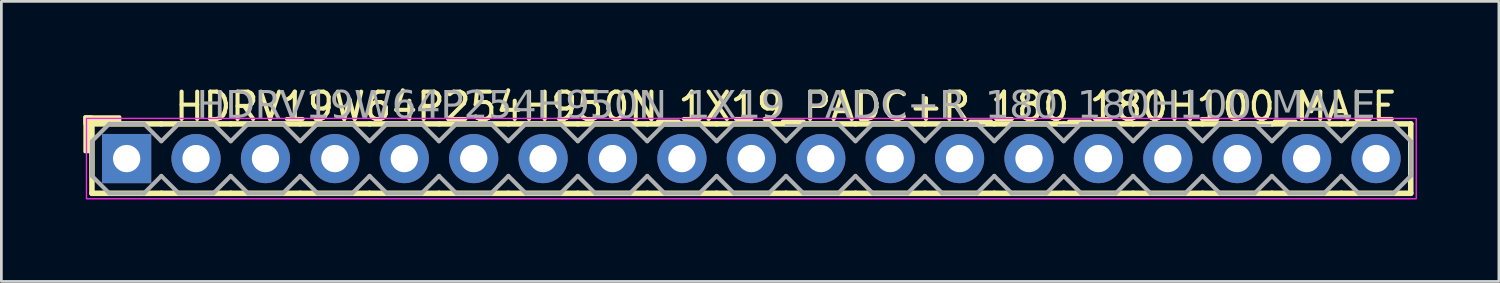
<source format=kicad_pcb>
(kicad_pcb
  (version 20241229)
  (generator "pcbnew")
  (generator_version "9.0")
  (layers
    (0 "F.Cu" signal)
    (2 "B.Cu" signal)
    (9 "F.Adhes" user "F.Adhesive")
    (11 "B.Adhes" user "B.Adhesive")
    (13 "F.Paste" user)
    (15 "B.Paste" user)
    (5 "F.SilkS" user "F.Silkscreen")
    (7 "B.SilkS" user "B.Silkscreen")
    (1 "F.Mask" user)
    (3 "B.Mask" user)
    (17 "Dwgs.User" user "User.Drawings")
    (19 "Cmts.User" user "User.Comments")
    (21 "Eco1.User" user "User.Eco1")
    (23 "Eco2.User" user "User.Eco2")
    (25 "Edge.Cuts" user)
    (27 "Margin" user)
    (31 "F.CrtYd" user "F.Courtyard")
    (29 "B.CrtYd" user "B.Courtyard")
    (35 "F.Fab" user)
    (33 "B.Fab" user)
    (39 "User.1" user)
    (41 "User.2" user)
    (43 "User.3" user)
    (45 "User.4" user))
  (footprint "HDRV19W64P254H950N_1X19_PADC+R_180_180H100_MALE"
    (layer "F.Cu")
    (at 24.444 2.753)
    (property "Reference" "HDRV19W64P254H950N_1X19_PADC+R_180_180H100_MALE" (at 1.27 -1.905 0) (layer "F.SilkS") (effects (font (size 1 1) (thickness 0.15))))
    (attr through_hole)
    (fp_line (start -24.13 1.27) (end -24.13 -1.27) (stroke (width 0.203) (type solid)) (layer "F.SilkS"))
    (fp_line (start -21.59 -1.27) (end -24.13 -1.27) (stroke (width 0.203) (type solid)) (layer "F.SilkS"))
    (fp_line (start -21.59 1.27) (end -24.13 1.27) (stroke (width 0.203) (type solid)) (layer "F.SilkS"))
    (fp_line (start -19.05 -1.27) (end -21.59 -1.27) (stroke (width 0.203) (type solid)) (layer "F.SilkS"))
    (fp_line (start -19.05 1.27) (end -21.59 1.27) (stroke (width 0.203) (type solid)) (layer "F.SilkS"))
    (fp_line (start -16.51 -1.27) (end -19.05 -1.27) (stroke (width 0.203) (type solid)) (layer "F.SilkS"))
    (fp_line (start -16.51 1.27) (end -19.05 1.27) (stroke (width 0.203) (type solid)) (layer "F.SilkS"))
    (fp_line (start -13.97 -1.27) (end -16.51 -1.27) (stroke (width 0.203) (type solid)) (layer "F.SilkS"))
    (fp_line (start -13.97 1.27) (end -16.51 1.27) (stroke (width 0.203) (type solid)) (layer "F.SilkS"))
    (fp_line (start -11.43 -1.27) (end -13.97 -1.27) (stroke (width 0.203) (type solid)) (layer "F.SilkS"))
    (fp_line (start -11.43 1.27) (end -13.97 1.27) (stroke (width 0.203) (type solid)) (layer "F.SilkS"))
    (fp_line (start -8.89 -1.27) (end -11.43 -1.27) (stroke (width 0.203) (type solid)) (layer "F.SilkS"))
    (fp_line (start -8.89 1.27) (end -11.43 1.27) (stroke (width 0.203) (type solid)) (layer "F.SilkS"))
    (fp_line (start -6.35 -1.27) (end -8.89 -1.27) (stroke (width 0.203) (type solid)) (layer "F.SilkS"))
    (fp_line (start -6.35 1.27) (end -8.89 1.27) (stroke (width 0.203) (type solid)) (layer "F.SilkS"))
    (fp_line (start -3.81 -1.27) (end -6.35 -1.27) (stroke (width 0.203) (type solid)) (layer "F.SilkS"))
    (fp_line (start -3.81 1.27) (end -6.35 1.27) (stroke (width 0.203) (type solid)) (layer "F.SilkS"))
    (fp_line (start -1.27 -1.27) (end -3.81 -1.27) (stroke (width 0.203) (type solid)) (layer "F.SilkS"))
    (fp_line (start -1.27 1.27) (end -3.81 1.27) (stroke (width 0.203) (type solid)) (layer "F.SilkS"))
    (fp_line (start 1.27 -1.27) (end -1.27 -1.27) (stroke (width 0.203) (type solid)) (layer "F.SilkS"))
    (fp_line (start 1.27 1.27) (end -1.27 1.27) (stroke (width 0.203) (type solid)) (layer "F.SilkS"))
    (fp_line (start 3.81 -1.27) (end 1.27 -1.27) (stroke (width 0.203) (type solid)) (layer "F.SilkS"))
    (fp_line (start 3.81 1.27) (end 1.27 1.27) (stroke (width 0.203) (type solid)) (layer "F.SilkS"))
    (fp_line (start 6.35 -1.27) (end 3.81 -1.27) (stroke (width 0.203) (type solid)) (layer "F.SilkS"))
    (fp_line (start 6.35 1.27) (end 3.81 1.27) (stroke (width 0.203) (type solid)) (layer "F.SilkS"))
    (fp_line (start 8.89 -1.27) (end 6.35 -1.27) (stroke (width 0.203) (type solid)) (layer "F.SilkS"))
    (fp_line (start 8.89 1.27) (end 6.35 1.27) (stroke (width 0.203) (type solid)) (layer "F.SilkS"))
    (fp_line (start 11.43 -1.27) (end 8.89 -1.27) (stroke (width 0.203) (type solid)) (layer "F.SilkS"))
    (fp_line (start 11.43 1.27) (end 8.89 1.27) (stroke (width 0.203) (type solid)) (layer "F.SilkS"))
    (fp_line (start 13.97 -1.27) (end 11.43 -1.27) (stroke (width 0.203) (type solid)) (layer "F.SilkS"))
    (fp_line (start 13.97 1.27) (end 11.43 1.27) (stroke (width 0.203) (type solid)) (layer "F.SilkS"))
    (fp_line (start 16.51 -1.27) (end 13.97 -1.27) (stroke (width 0.203) (type solid)) (layer "F.SilkS"))
    (fp_line (start 16.51 1.27) (end 13.97 1.27) (stroke (width 0.203) (type solid)) (layer "F.SilkS"))
    (fp_line (start 19.05 -1.27) (end 16.51 -1.27) (stroke (width 0.203) (type solid)) (layer "F.SilkS"))
    (fp_line (start 19.05 1.27) (end 16.51 1.27) (stroke (width 0.203) (type solid)) (layer "F.SilkS"))
    (fp_line (start 21.59 -1.27) (end 19.05 -1.27) (stroke (width 0.203) (type solid)) (layer "F.SilkS"))
    (fp_line (start 21.59 1.27) (end 19.05 1.27) (stroke (width 0.203) (type solid)) (layer "F.SilkS"))
    (fp_line (start 24.13 -1.27) (end 21.59 -1.27) (stroke (width 0.203) (type solid)) (layer "F.SilkS"))
    (fp_line (start 24.13 1.27) (end 21.59 1.27) (stroke (width 0.203) (type solid)) (layer "F.SilkS"))
    (fp_line (start 24.13 1.27) (end 24.13 -1.27) (stroke (width 0.203) (type solid)) (layer "F.SilkS"))
    (fp_rect (start -24.384 -0.254) (end -24.13 -1.524) (stroke (width 0.12) (type solid)) (fill yes) (layer "F.SilkS"))
    (fp_rect (start -23.114 -1.27) (end -24.384 -1.524) (stroke (width 0.12) (type solid)) (fill yes) (layer "F.SilkS"))
    (fp_rect (start -24.33 -1.47) (end 24.33 1.47) (stroke (width 0.05) (type default)) (fill no) (layer "F.CrtYd"))
    (fp_line (start -24.13 -0.635) (end -24.13 0.635) (stroke (width 0.152) (type solid)) (layer "F.Fab"))
    (fp_line (start -24.13 -0.635) (end -23.495 -1.27) (stroke (width 0.152) (type solid)) (layer "F.Fab"))
    (fp_line (start -23.495 -1.27) (end -22.225 -1.27) (stroke (width 0.152) (type solid)) (layer "F.Fab"))
    (fp_line (start -23.495 1.27) (end -24.13 0.635) (stroke (width 0.152) (type solid)) (layer "F.Fab"))
    (fp_line (start -22.225 -1.27) (end -21.59 -0.635) (stroke (width 0.152) (type solid)) (layer "F.Fab"))
    (fp_line (start -22.225 1.27) (end -23.495 1.27) (stroke (width 0.152) (type solid)) (layer "F.Fab"))
    (fp_line (start -21.59 -0.635) (end -20.955 -1.27) (stroke (width 0.152) (type solid)) (layer "F.Fab"))
    (fp_line (start -21.59 0.635) (end -22.225 1.27) (stroke (width 0.152) (type solid)) (layer "F.Fab"))
    (fp_line (start -20.955 -1.27) (end -19.685 -1.27) (stroke (width 0.152) (type solid)) (layer "F.Fab"))
    (fp_line (start -20.955 1.27) (end -21.59 0.635) (stroke (width 0.152) (type solid)) (layer "F.Fab"))
    (fp_line (start -19.685 -1.27) (end -19.05 -0.635) (stroke (width 0.152) (type solid)) (layer "F.Fab"))
    (fp_line (start -19.685 1.27) (end -20.955 1.27) (stroke (width 0.152) (type solid)) (layer "F.Fab"))
    (fp_line (start -19.05 -0.635) (end -18.415 -1.27) (stroke (width 0.152) (type solid)) (layer "F.Fab"))
    (fp_line (start -19.05 0.635) (end -19.685 1.27) (stroke (width 0.152) (type solid)) (layer "F.Fab"))
    (fp_line (start -18.415 -1.27) (end -17.145 -1.27) (stroke (width 0.152) (type solid)) (layer "F.Fab"))
    (fp_line (start -18.415 1.27) (end -19.05 0.635) (stroke (width 0.152) (type solid)) (layer "F.Fab"))
    (fp_line (start -17.145 -1.27) (end -16.51 -0.635) (stroke (width 0.152) (type solid)) (layer "F.Fab"))
    (fp_line (start -17.145 1.27) (end -18.415 1.27) (stroke (width 0.152) (type solid)) (layer "F.Fab"))
    (fp_line (start -16.51 -0.635) (end -15.875 -1.27) (stroke (width 0.152) (type solid)) (layer "F.Fab"))
    (fp_line (start -16.51 0.635) (end -17.145 1.27) (stroke (width 0.152) (type solid)) (layer "F.Fab"))
    (fp_line (start -15.875 -1.27) (end -14.605 -1.27) (stroke (width 0.152) (type solid)) (layer "F.Fab"))
    (fp_line (start -15.875 1.27) (end -16.51 0.635) (stroke (width 0.152) (type solid)) (layer "F.Fab"))
    (fp_line (start -14.605 -1.27) (end -13.97 -0.635) (stroke (width 0.152) (type solid)) (layer "F.Fab"))
    (fp_line (start -14.605 1.27) (end -15.875 1.27) (stroke (width 0.152) (type solid)) (layer "F.Fab"))
    (fp_line (start -13.97 -0.635) (end -13.335 -1.27) (stroke (width 0.152) (type solid)) (layer "F.Fab"))
    (fp_line (start -13.97 0.635) (end -14.605 1.27) (stroke (width 0.152) (type solid)) (layer "F.Fab"))
    (fp_line (start -13.335 -1.27) (end -12.065 -1.27) (stroke (width 0.152) (type solid)) (layer "F.Fab"))
    (fp_line (start -13.335 1.27) (end -13.97 0.635) (stroke (width 0.152) (type solid)) (layer "F.Fab"))
    (fp_line (start -12.065 -1.27) (end -11.43 -0.635) (stroke (width 0.152) (type solid)) (layer "F.Fab"))
    (fp_line (start -12.065 1.27) (end -13.335 1.27) (stroke (width 0.152) (type solid)) (layer "F.Fab"))
    (fp_line (start -11.43 -0.635) (end -10.795 -1.27) (stroke (width 0.152) (type solid)) (layer "F.Fab"))
    (fp_line (start -11.43 0.635) (end -12.065 1.27) (stroke (width 0.152) (type solid)) (layer "F.Fab"))
    (fp_line (start -10.795 -1.27) (end -9.525 -1.27) (stroke (width 0.152) (type solid)) (layer "F.Fab"))
    (fp_line (start -10.795 1.27) (end -11.43 0.635) (stroke (width 0.152) (type solid)) (layer "F.Fab"))
    (fp_line (start -9.525 -1.27) (end -8.89 -0.635) (stroke (width 0.152) (type solid)) (layer "F.Fab"))
    (fp_line (start -9.525 1.27) (end -10.795 1.27) (stroke (width 0.152) (type solid)) (layer "F.Fab"))
    (fp_line (start -8.89 -0.635) (end -8.255 -1.27) (stroke (width 0.152) (type solid)) (layer "F.Fab"))
    (fp_line (start -8.89 0.635) (end -9.525 1.27) (stroke (width 0.152) (type solid)) (layer "F.Fab"))
    (fp_line (start -8.255 -1.27) (end -6.985 -1.27) (stroke (width 0.152) (type solid)) (layer "F.Fab"))
    (fp_line (start -8.255 1.27) (end -8.89 0.635) (stroke (width 0.152) (type solid)) (layer "F.Fab"))
    (fp_line (start -6.985 -1.27) (end -6.35 -0.635) (stroke (width 0.152) (type solid)) (layer "F.Fab"))
    (fp_line (start -6.985 1.27) (end -8.255 1.27) (stroke (width 0.152) (type solid)) (layer "F.Fab"))
    (fp_line (start -6.35 -0.635) (end -5.715 -1.27) (stroke (width 0.152) (type solid)) (layer "F.Fab"))
    (fp_line (start -6.35 0.635) (end -6.985 1.27) (stroke (width 0.152) (type solid)) (layer "F.Fab"))
    (fp_line (start -5.715 -1.27) (end -4.445 -1.27) (stroke (width 0.152) (type solid)) (layer "F.Fab"))
    (fp_line (start -5.715 1.27) (end -6.35 0.635) (stroke (width 0.152) (type solid)) (layer "F.Fab"))
    (fp_line (start -4.445 -1.27) (end -3.81 -0.635) (stroke (width 0.152) (type solid)) (layer "F.Fab"))
    (fp_line (start -4.445 1.27) (end -5.715 1.27) (stroke (width 0.152) (type solid)) (layer "F.Fab"))
    (fp_line (start -3.81 -0.635) (end -3.175 -1.27) (stroke (width 0.152) (type solid)) (layer "F.Fab"))
    (fp_line (start -3.81 0.635) (end -4.445 1.27) (stroke (width 0.152) (type solid)) (layer "F.Fab"))
    (fp_line (start -3.175 -1.27) (end -1.905 -1.27) (stroke (width 0.152) (type solid)) (layer "F.Fab"))
    (fp_line (start -3.175 1.27) (end -3.81 0.635) (stroke (width 0.152) (type solid)) (layer "F.Fab"))
    (fp_line (start -1.905 -1.27) (end -1.27 -0.635) (stroke (width 0.152) (type solid)) (layer "F.Fab"))
    (fp_line (start -1.905 1.27) (end -3.175 1.27) (stroke (width 0.152) (type solid)) (layer "F.Fab"))
    (fp_line (start -1.27 -0.635) (end -0.635 -1.27) (stroke (width 0.152) (type solid)) (layer "F.Fab"))
    (fp_line (start -1.27 0.635) (end -1.905 1.27) (stroke (width 0.152) (type solid)) (layer "F.Fab"))
    (fp_line (start -0.635 -1.27) (end 0.635 -1.27) (stroke (width 0.152) (type solid)) (layer "F.Fab"))
    (fp_line (start -0.635 1.27) (end -1.27 0.635) (stroke (width 0.152) (type solid)) (layer "F.Fab"))
    (fp_line (start 0.635 -1.27) (end 1.27 -0.635) (stroke (width 0.152) (type solid)) (layer "F.Fab"))
    (fp_line (start 0.635 1.27) (end -0.635 1.27) (stroke (width 0.152) (type solid)) (layer "F.Fab"))
    (fp_line (start 1.27 -0.635) (end 1.905 -1.27) (stroke (width 0.152) (type solid)) (layer "F.Fab"))
    (fp_line (start 1.27 0.635) (end 0.635 1.27) (stroke (width 0.152) (type solid)) (layer "F.Fab"))
    (fp_line (start 1.905 -1.27) (end 3.175 -1.27) (stroke (width 0.152) (type solid)) (layer "F.Fab"))
    (fp_line (start 1.905 1.27) (end 1.27 0.635) (stroke (width 0.152) (type solid)) (layer "F.Fab"))
    (fp_line (start 3.175 -1.27) (end 3.81 -0.635) (stroke (width 0.152) (type solid)) (layer "F.Fab"))
    (fp_line (start 3.175 1.27) (end 1.905 1.27) (stroke (width 0.152) (type solid)) (layer "F.Fab"))
    (fp_line (start 3.81 -0.635) (end 4.445 -1.27) (stroke (width 0.152) (type solid)) (layer "F.Fab"))
    (fp_line (start 3.81 0.635) (end 3.175 1.27) (stroke (width 0.152) (type solid)) (layer "F.Fab"))
    (fp_line (start 4.445 -1.27) (end 5.715 -1.27) (stroke (width 0.152) (type solid)) (layer "F.Fab"))
    (fp_line (start 4.445 1.27) (end 3.81 0.635) (stroke (width 0.152) (type solid)) (layer "F.Fab"))
    (fp_line (start 5.715 -1.27) (end 6.35 -0.635) (stroke (width 0.152) (type solid)) (layer "F.Fab"))
    (fp_line (start 5.715 1.27) (end 4.445 1.27) (stroke (width 0.152) (type solid)) (layer "F.Fab"))
    (fp_line (start 6.35 -0.635) (end 6.985 -1.27) (stroke (width 0.152) (type solid)) (layer "F.Fab"))
    (fp_line (start 6.35 0.635) (end 5.715 1.27) (stroke (width 0.152) (type solid)) (layer "F.Fab"))
    (fp_line (start 6.985 -1.27) (end 8.255 -1.27) (stroke (width 0.152) (type solid)) (layer "F.Fab"))
    (fp_line (start 6.985 1.27) (end 6.35 0.635) (stroke (width 0.152) (type solid)) (layer "F.Fab"))
    (fp_line (start 8.255 -1.27) (end 8.89 -0.635) (stroke (width 0.152) (type solid)) (layer "F.Fab"))
    (fp_line (start 8.255 1.27) (end 6.985 1.27) (stroke (width 0.152) (type solid)) (layer "F.Fab"))
    (fp_line (start 8.89 -0.635) (end 9.525 -1.27) (stroke (width 0.152) (type solid)) (layer "F.Fab"))
    (fp_line (start 8.89 0.635) (end 8.255 1.27) (stroke (width 0.152) (type solid)) (layer "F.Fab"))
    (fp_line (start 9.525 -1.27) (end 10.795 -1.27) (stroke (width 0.152) (type solid)) (layer "F.Fab"))
    (fp_line (start 9.525 1.27) (end 8.89 0.635) (stroke (width 0.152) (type solid)) (layer "F.Fab"))
    (fp_line (start 10.795 -1.27) (end 11.43 -0.635) (stroke (width 0.152) (type solid)) (layer "F.Fab"))
    (fp_line (start 10.795 1.27) (end 9.525 1.27) (stroke (width 0.152) (type solid)) (layer "F.Fab"))
    (fp_line (start 11.43 -0.635) (end 12.065 -1.27) (stroke (width 0.152) (type solid)) (layer "F.Fab"))
    (fp_line (start 11.43 0.635) (end 10.795 1.27) (stroke (width 0.152) (type solid)) (layer "F.Fab"))
    (fp_line (start 12.065 -1.27) (end 13.335 -1.27) (stroke (width 0.152) (type solid)) (layer "F.Fab"))
    (fp_line (start 12.065 1.27) (end 11.43 0.635) (stroke (width 0.152) (type solid)) (layer "F.Fab"))
    (fp_line (start 13.335 -1.27) (end 13.97 -0.635) (stroke (width 0.152) (type solid)) (layer "F.Fab"))
    (fp_line (start 13.335 1.27) (end 12.065 1.27) (stroke (width 0.152) (type solid)) (layer "F.Fab"))
    (fp_line (start 13.97 -0.635) (end 14.605 -1.27) (stroke (width 0.152) (type solid)) (layer "F.Fab"))
    (fp_line (start 13.97 0.635) (end 13.335 1.27) (stroke (width 0.152) (type solid)) (layer "F.Fab"))
    (fp_line (start 14.605 -1.27) (end 15.875 -1.27) (stroke (width 0.152) (type solid)) (layer "F.Fab"))
    (fp_line (start 14.605 1.27) (end 13.97 0.635) (stroke (width 0.152) (type solid)) (layer "F.Fab"))
    (fp_line (start 15.875 -1.27) (end 16.51 -0.635) (stroke (width 0.152) (type solid)) (layer "F.Fab"))
    (fp_line (start 15.875 1.27) (end 14.605 1.27) (stroke (width 0.152) (type solid)) (layer "F.Fab"))
    (fp_line (start 16.51 -0.635) (end 17.145 -1.27) (stroke (width 0.152) (type solid)) (layer "F.Fab"))
    (fp_line (start 16.51 0.635) (end 15.875 1.27) (stroke (width 0.152) (type solid)) (layer "F.Fab"))
    (fp_line (start 17.145 -1.27) (end 18.415 -1.27) (stroke (width 0.152) (type solid)) (layer "F.Fab"))
    (fp_line (start 17.145 1.27) (end 16.51 0.635) (stroke (width 0.152) (type solid)) (layer "F.Fab"))
    (fp_line (start 18.415 -1.27) (end 19.05 -0.635) (stroke (width 0.152) (type solid)) (layer "F.Fab"))
    (fp_line (start 18.415 1.27) (end 17.145 1.27) (stroke (width 0.152) (type solid)) (layer "F.Fab"))
    (fp_line (start 19.05 -0.635) (end 19.685 -1.27) (stroke (width 0.152) (type solid)) (layer "F.Fab"))
    (fp_line (start 19.05 0.635) (end 18.415 1.27) (stroke (width 0.152) (type solid)) (layer "F.Fab"))
    (fp_line (start 19.685 -1.27) (end 20.955 -1.27) (stroke (width 0.152) (type solid)) (layer "F.Fab"))
    (fp_line (start 19.685 1.27) (end 19.05 0.635) (stroke (width 0.152) (type solid)) (layer "F.Fab"))
    (fp_line (start 20.955 -1.27) (end 21.59 -0.635) (stroke (width 0.152) (type solid)) (layer "F.Fab"))
    (fp_line (start 20.955 1.27) (end 19.685 1.27) (stroke (width 0.152) (type solid)) (layer "F.Fab"))
    (fp_line (start 21.59 -0.635) (end 22.225 -1.27) (stroke (width 0.152) (type solid)) (layer "F.Fab"))
    (fp_line (start 21.59 0.635) (end 20.955 1.27) (stroke (width 0.152) (type solid)) (layer "F.Fab"))
    (fp_line (start 22.225 -1.27) (end 23.495 -1.27) (stroke (width 0.152) (type solid)) (layer "F.Fab"))
    (fp_line (start 22.225 1.27) (end 21.59 0.635) (stroke (width 0.152) (type solid)) (layer "F.Fab"))
    (fp_line (start 23.495 -1.27) (end 24.13 -0.635) (stroke (width 0.152) (type solid)) (layer "F.Fab"))
    (fp_line (start 23.495 1.27) (end 22.225 1.27) (stroke (width 0.152) (type solid)) (layer "F.Fab"))
    (fp_line (start 24.13 -0.635) (end 24.13 0.635) (stroke (width 0.152) (type solid)) (layer "F.Fab"))
    (fp_line (start 24.13 0.635) (end 23.495 1.27) (stroke (width 0.152) (type solid)) (layer "F.Fab"))
    (fp_rect (start -22.606 -0.254) (end -23.114 0.254) (stroke (width 0.152) (type solid)) (fill no) (layer "F.Fab"))
    (fp_rect (start -20.066 -0.254) (end -20.574 0.254) (stroke (width 0.152) (type solid)) (fill no) (layer "F.Fab"))
    (fp_rect (start -17.526 -0.254) (end -18.034 0.254) (stroke (width 0.152) (type solid)) (fill no) (layer "F.Fab"))
    (fp_rect (start -14.986 -0.254) (end -15.494 0.254) (stroke (width 0.152) (type solid)) (fill no) (layer "F.Fab"))
    (fp_rect (start -12.446 -0.254) (end -12.954 0.254) (stroke (width 0.152) (type solid)) (fill no) (layer "F.Fab"))
    (fp_rect (start -9.906 -0.254) (end -10.414 0.254) (stroke (width 0.152) (type solid)) (fill no) (layer "F.Fab"))
    (fp_rect (start -7.366 -0.254) (end -7.874 0.254) (stroke (width 0.152) (type solid)) (fill no) (layer "F.Fab"))
    (fp_rect (start -4.826 -0.254) (end -5.334 0.254) (stroke (width 0.152) (type solid)) (fill no) (layer "F.Fab"))
    (fp_rect (start -2.286 -0.254) (end -2.794 0.254) (stroke (width 0.152) (type solid)) (fill no) (layer "F.Fab"))
    (fp_rect (start 0.254 -0.254) (end -0.254 0.254) (stroke (width 0.152) (type solid)) (fill no) (layer "F.Fab"))
    (fp_rect (start 2.794 -0.254) (end 2.286 0.254) (stroke (width 0.152) (type solid)) (fill no) (layer "F.Fab"))
    (fp_rect (start 5.334 -0.254) (end 4.826 0.254) (stroke (width 0.152) (type solid)) (fill no) (layer "F.Fab"))
    (fp_rect (start 7.874 -0.254) (end 7.366 0.254) (stroke (width 0.152) (type solid)) (fill no) (layer "F.Fab"))
    (fp_rect (start 10.414 -0.254) (end 9.906 0.254) (stroke (width 0.152) (type solid)) (fill no) (layer "F.Fab"))
    (fp_rect (start 12.954 -0.254) (end 12.446 0.254) (stroke (width 0.152) (type solid)) (fill no) (layer "F.Fab"))
    (fp_rect (start 15.494 -0.254) (end 14.986 0.254) (stroke (width 0.152) (type solid)) (fill no) (layer "F.Fab"))
    (fp_rect (start 18.034 -0.254) (end 17.526 0.254) (stroke (width 0.152) (type solid)) (fill no) (layer "F.Fab"))
    (fp_rect (start 20.574 -0.254) (end 20.066 0.254) (stroke (width 0.152) (type solid)) (fill no) (layer "F.Fab"))
    (fp_rect (start 23.114 -0.254) (end 22.606 0.254) (stroke (width 0.152) (type solid)) (fill no) (layer "F.Fab"))
    (fp_text user "${REFERENCE}" (at 1.27 -1.905 0) (layer "F.Fab") (effects (font (face "Tahoma") (size 1 1) (thickness 0.15))))
    (pad "1" thru_hole rect (at -22.86 0) (size 1.8 1.8) (drill 1) (layers "*.Cu" "*.Mask"))
    (pad "2" thru_hole circle (at -20.32 0) (size 1.8 1.8) (drill 1) (layers "*.Cu" "*.Mask"))
    (pad "3" thru_hole circle (at -17.78 0) (size 1.8 1.8) (drill 1) (layers "*.Cu" "*.Mask"))
    (pad "4" thru_hole circle (at -15.24 0) (size 1.8 1.8) (drill 1) (layers "*.Cu" "*.Mask"))
    (pad "5" thru_hole circle (at -12.7 0) (size 1.8 1.8) (drill 1) (layers "*.Cu" "*.Mask"))
    (pad "6" thru_hole circle (at -10.16 0) (size 1.8 1.8) (drill 1) (layers "*.Cu" "*.Mask"))
    (pad "7" thru_hole circle (at -7.62 0) (size 1.8 1.8) (drill 1) (layers "*.Cu" "*.Mask"))
    (pad "8" thru_hole circle (at -5.08 0) (size 1.8 1.8) (drill 1) (layers "*.Cu" "*.Mask"))
    (pad "9" thru_hole circle (at -2.54 0) (size 1.8 1.8) (drill 1) (layers "*.Cu" "*.Mask"))
    (pad "10" thru_hole circle (at 0 0) (size 1.8 1.8) (drill 1) (layers "*.Cu" "*.Mask"))
    (pad "11" thru_hole circle (at 2.54 0) (size 1.8 1.8) (drill 1) (layers "*.Cu" "*.Mask"))
    (pad "12" thru_hole circle (at 5.08 0) (size 1.8 1.8) (drill 1) (layers "*.Cu" "*.Mask"))
    (pad "13" thru_hole circle (at 7.62 0) (size 1.8 1.8) (drill 1) (layers "*.Cu" "*.Mask"))
    (pad "14" thru_hole circle (at 10.16 0) (size 1.8 1.8) (drill 1) (layers "*.Cu" "*.Mask"))
    (pad "15" thru_hole circle (at 12.7 0) (size 1.8 1.8) (drill 1) (layers "*.Cu" "*.Mask"))
    (pad "16" thru_hole circle (at 15.24 0) (size 1.8 1.8) (drill 1) (layers "*.Cu" "*.Mask"))
    (pad "17" thru_hole circle (at 17.78 0) (size 1.8 1.8) (drill 1) (layers "*.Cu" "*.Mask"))
    (pad "18" thru_hole circle (at 20.32 0) (size 1.8 1.8) (drill 1) (layers "*.Cu" "*.Mask"))
    (pad "19" thru_hole circle (at 22.86 0) (size 1.8 1.8) (drill 1) (layers "*.Cu" "*.Mask")))
  (gr_rect
    (start -3 -3)
    (end 51.799 7.248)
    (stroke (width 0.1) (type default))
    (fill no)
    (layer "Edge.Cuts")))
</source>
